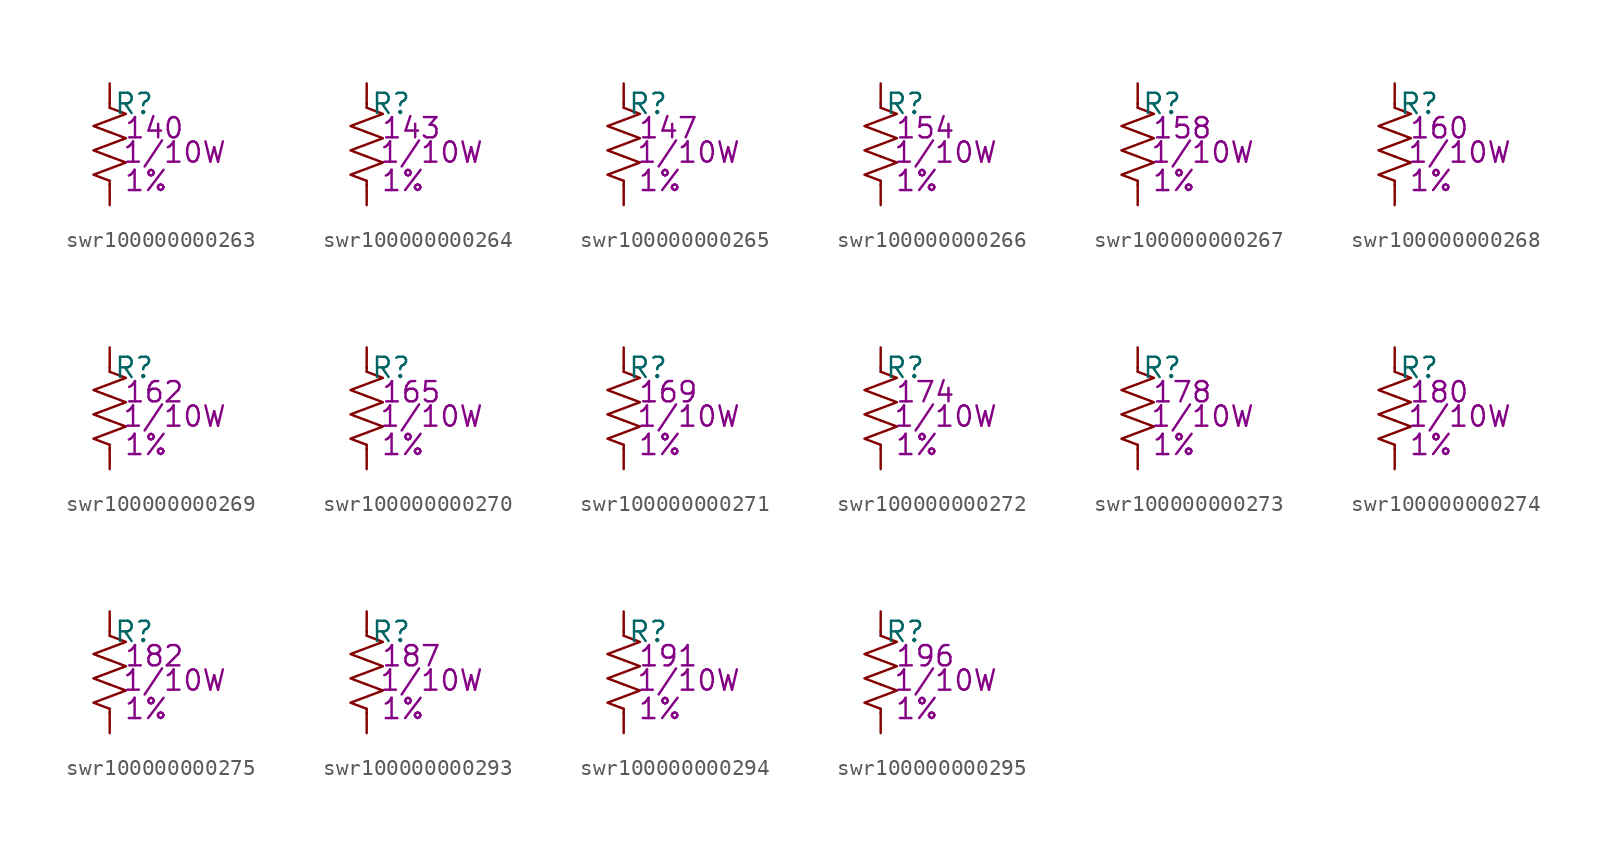
<source format=kicad_sym>
(kicad_symbol_lib
  (version 20211014)
  (generator kicad_symbol_editor)
  (symbol "swr100000000263"
    (pin_numbers hide)
    (pin_names
      (offset 1.016))
    (property "Reference" "R"
      (at 1.524 2.54 0)
      (effects (font (size 1.27 1.27))))
    (property "Tolerance" "1%"
      (at 2.286 -2.286 0)
      (effects (font (size 1.27 1.27))))
    (property "Wattage" "1/10W"
      (at 4.064 -0.508 0)
      (effects (font (size 1.27 1.27))))
    (property "PartValue" "140"
      (at 2.794 1.016 0)
      (effects (font (size 1.27 1.27))))
    (symbol "swr100000000263_1_1"
      (polyline (pts (xy 0 -2.286) (xy 0 -2.54)) (stroke (width 0) (type default) (color 0 0 0 0)) (fill (type none)))
      (polyline (pts (xy 0 2.286) (xy 0 2.54)) (stroke (width 0) (type default) (color 0 0 0 0)) (fill (type none)))
      (polyline (pts (xy 0 -0.762) (xy 1.016 -1.143) (xy 0 -1.524) (xy -1.016 -1.905) (xy 0 -2.286)) (stroke (width 0) (type default) (color 0 0 0 0)) (fill (type none)))
      (polyline (pts (xy 0 0.762) (xy 1.016 0.381) (xy 0 0) (xy -1.016 -0.381) (xy 0 -0.762)) (stroke (width 0) (type default) (color 0 0 0 0)) (fill (type none)))
      (polyline (pts (xy 0 2.286) (xy 1.016 1.905) (xy 0 1.524) (xy -1.016 1.143) (xy 0 0.762)) (stroke (width 0) (type default) (color 0 0 0 0)) (fill (type none)))
      (pin passive line (at 0 3.81 270) (length 1.27) (name "~" (effects (font (size 1.27 1.27)))) (number "1" (effects (font (size 1.27 1.27)))))
      (pin passive line (at 0 -3.81 90) (length 1.27) (name "~" (effects (font (size 1.27 1.27)))) (number "2" (effects (font (size 1.27 1.27)))))))
  (symbol "swr100000000264"
    (pin_numbers hide)
    (pin_names
      (offset 1.016))
    (property "Reference" "R"
      (at 1.524 2.54 0)
      (effects (font (size 1.27 1.27))))
    (property "Tolerance" "1%"
      (at 2.286 -2.286 0)
      (effects (font (size 1.27 1.27))))
    (property "Wattage" "1/10W"
      (at 4.064 -0.508 0)
      (effects (font (size 1.27 1.27))))
    (property "PartValue" "143"
      (at 2.794 1.016 0)
      (effects (font (size 1.27 1.27))))
    (symbol "swr100000000264_1_1"
      (polyline (pts (xy 0 -2.286) (xy 0 -2.54)) (stroke (width 0) (type default) (color 0 0 0 0)) (fill (type none)))
      (polyline (pts (xy 0 2.286) (xy 0 2.54)) (stroke (width 0) (type default) (color 0 0 0 0)) (fill (type none)))
      (polyline (pts (xy 0 -0.762) (xy 1.016 -1.143) (xy 0 -1.524) (xy -1.016 -1.905) (xy 0 -2.286)) (stroke (width 0) (type default) (color 0 0 0 0)) (fill (type none)))
      (polyline (pts (xy 0 0.762) (xy 1.016 0.381) (xy 0 0) (xy -1.016 -0.381) (xy 0 -0.762)) (stroke (width 0) (type default) (color 0 0 0 0)) (fill (type none)))
      (polyline (pts (xy 0 2.286) (xy 1.016 1.905) (xy 0 1.524) (xy -1.016 1.143) (xy 0 0.762)) (stroke (width 0) (type default) (color 0 0 0 0)) (fill (type none)))
      (pin passive line (at 0 3.81 270) (length 1.27) (name "~" (effects (font (size 1.27 1.27)))) (number "1" (effects (font (size 1.27 1.27)))))
      (pin passive line (at 0 -3.81 90) (length 1.27) (name "~" (effects (font (size 1.27 1.27)))) (number "2" (effects (font (size 1.27 1.27)))))))
  (symbol "swr100000000265"
    (pin_numbers hide)
    (pin_names
      (offset 1.016))
    (property "Reference" "R"
      (at 1.524 2.54 0)
      (effects (font (size 1.27 1.27))))
    (property "Tolerance" "1%"
      (at 2.286 -2.286 0)
      (effects (font (size 1.27 1.27))))
    (property "Wattage" "1/10W"
      (at 4.064 -0.508 0)
      (effects (font (size 1.27 1.27))))
    (property "PartValue" "147"
      (at 2.794 1.016 0)
      (effects (font (size 1.27 1.27))))
    (symbol "swr100000000265_1_1"
      (polyline (pts (xy 0 -2.286) (xy 0 -2.54)) (stroke (width 0) (type default) (color 0 0 0 0)) (fill (type none)))
      (polyline (pts (xy 0 2.286) (xy 0 2.54)) (stroke (width 0) (type default) (color 0 0 0 0)) (fill (type none)))
      (polyline (pts (xy 0 -0.762) (xy 1.016 -1.143) (xy 0 -1.524) (xy -1.016 -1.905) (xy 0 -2.286)) (stroke (width 0) (type default) (color 0 0 0 0)) (fill (type none)))
      (polyline (pts (xy 0 0.762) (xy 1.016 0.381) (xy 0 0) (xy -1.016 -0.381) (xy 0 -0.762)) (stroke (width 0) (type default) (color 0 0 0 0)) (fill (type none)))
      (polyline (pts (xy 0 2.286) (xy 1.016 1.905) (xy 0 1.524) (xy -1.016 1.143) (xy 0 0.762)) (stroke (width 0) (type default) (color 0 0 0 0)) (fill (type none)))
      (pin passive line (at 0 3.81 270) (length 1.27) (name "~" (effects (font (size 1.27 1.27)))) (number "1" (effects (font (size 1.27 1.27)))))
      (pin passive line (at 0 -3.81 90) (length 1.27) (name "~" (effects (font (size 1.27 1.27)))) (number "2" (effects (font (size 1.27 1.27)))))))
  (symbol "swr100000000266"
    (pin_numbers hide)
    (pin_names
      (offset 1.016))
    (property "Reference" "R"
      (at 1.524 2.54 0)
      (effects (font (size 1.27 1.27))))
    (property "Tolerance" "1%"
      (at 2.286 -2.286 0)
      (effects (font (size 1.27 1.27))))
    (property "Wattage" "1/10W"
      (at 4.064 -0.508 0)
      (effects (font (size 1.27 1.27))))
    (property "PartValue" "154"
      (at 2.794 1.016 0)
      (effects (font (size 1.27 1.27))))
    (symbol "swr100000000266_1_1"
      (polyline (pts (xy 0 -2.286) (xy 0 -2.54)) (stroke (width 0) (type default) (color 0 0 0 0)) (fill (type none)))
      (polyline (pts (xy 0 2.286) (xy 0 2.54)) (stroke (width 0) (type default) (color 0 0 0 0)) (fill (type none)))
      (polyline (pts (xy 0 -0.762) (xy 1.016 -1.143) (xy 0 -1.524) (xy -1.016 -1.905) (xy 0 -2.286)) (stroke (width 0) (type default) (color 0 0 0 0)) (fill (type none)))
      (polyline (pts (xy 0 0.762) (xy 1.016 0.381) (xy 0 0) (xy -1.016 -0.381) (xy 0 -0.762)) (stroke (width 0) (type default) (color 0 0 0 0)) (fill (type none)))
      (polyline (pts (xy 0 2.286) (xy 1.016 1.905) (xy 0 1.524) (xy -1.016 1.143) (xy 0 0.762)) (stroke (width 0) (type default) (color 0 0 0 0)) (fill (type none)))
      (pin passive line (at 0 3.81 270) (length 1.27) (name "~" (effects (font (size 1.27 1.27)))) (number "1" (effects (font (size 1.27 1.27)))))
      (pin passive line (at 0 -3.81 90) (length 1.27) (name "~" (effects (font (size 1.27 1.27)))) (number "2" (effects (font (size 1.27 1.27)))))))
  (symbol "swr100000000267"
    (pin_numbers hide)
    (pin_names
      (offset 1.016))
    (property "Reference" "R"
      (at 1.524 2.54 0)
      (effects (font (size 1.27 1.27))))
    (property "Tolerance" "1%"
      (at 2.286 -2.286 0)
      (effects (font (size 1.27 1.27))))
    (property "Wattage" "1/10W"
      (at 4.064 -0.508 0)
      (effects (font (size 1.27 1.27))))
    (property "PartValue" "158"
      (at 2.794 1.016 0)
      (effects (font (size 1.27 1.27))))
    (symbol "swr100000000267_1_1"
      (polyline (pts (xy 0 -2.286) (xy 0 -2.54)) (stroke (width 0) (type default) (color 0 0 0 0)) (fill (type none)))
      (polyline (pts (xy 0 2.286) (xy 0 2.54)) (stroke (width 0) (type default) (color 0 0 0 0)) (fill (type none)))
      (polyline (pts (xy 0 -0.762) (xy 1.016 -1.143) (xy 0 -1.524) (xy -1.016 -1.905) (xy 0 -2.286)) (stroke (width 0) (type default) (color 0 0 0 0)) (fill (type none)))
      (polyline (pts (xy 0 0.762) (xy 1.016 0.381) (xy 0 0) (xy -1.016 -0.381) (xy 0 -0.762)) (stroke (width 0) (type default) (color 0 0 0 0)) (fill (type none)))
      (polyline (pts (xy 0 2.286) (xy 1.016 1.905) (xy 0 1.524) (xy -1.016 1.143) (xy 0 0.762)) (stroke (width 0) (type default) (color 0 0 0 0)) (fill (type none)))
      (pin passive line (at 0 3.81 270) (length 1.27) (name "~" (effects (font (size 1.27 1.27)))) (number "1" (effects (font (size 1.27 1.27)))))
      (pin passive line (at 0 -3.81 90) (length 1.27) (name "~" (effects (font (size 1.27 1.27)))) (number "2" (effects (font (size 1.27 1.27)))))))
  (symbol "swr100000000268"
    (pin_numbers hide)
    (pin_names
      (offset 1.016))
    (property "Reference" "R"
      (at 1.524 2.54 0)
      (effects (font (size 1.27 1.27))))
    (property "Tolerance" "1%"
      (at 2.286 -2.286 0)
      (effects (font (size 1.27 1.27))))
    (property "Wattage" "1/10W"
      (at 4.064 -0.508 0)
      (effects (font (size 1.27 1.27))))
    (property "PartValue" "160"
      (at 2.794 1.016 0)
      (effects (font (size 1.27 1.27))))
    (symbol "swr100000000268_1_1"
      (polyline (pts (xy 0 -2.286) (xy 0 -2.54)) (stroke (width 0) (type default) (color 0 0 0 0)) (fill (type none)))
      (polyline (pts (xy 0 2.286) (xy 0 2.54)) (stroke (width 0) (type default) (color 0 0 0 0)) (fill (type none)))
      (polyline (pts (xy 0 -0.762) (xy 1.016 -1.143) (xy 0 -1.524) (xy -1.016 -1.905) (xy 0 -2.286)) (stroke (width 0) (type default) (color 0 0 0 0)) (fill (type none)))
      (polyline (pts (xy 0 0.762) (xy 1.016 0.381) (xy 0 0) (xy -1.016 -0.381) (xy 0 -0.762)) (stroke (width 0) (type default) (color 0 0 0 0)) (fill (type none)))
      (polyline (pts (xy 0 2.286) (xy 1.016 1.905) (xy 0 1.524) (xy -1.016 1.143) (xy 0 0.762)) (stroke (width 0) (type default) (color 0 0 0 0)) (fill (type none)))
      (pin passive line (at 0 3.81 270) (length 1.27) (name "~" (effects (font (size 1.27 1.27)))) (number "1" (effects (font (size 1.27 1.27)))))
      (pin passive line (at 0 -3.81 90) (length 1.27) (name "~" (effects (font (size 1.27 1.27)))) (number "2" (effects (font (size 1.27 1.27)))))))
  (symbol "swr100000000269"
    (pin_numbers hide)
    (pin_names
      (offset 1.016))
    (property "Reference" "R"
      (at 1.524 2.54 0)
      (effects (font (size 1.27 1.27))))
    (property "Tolerance" "1%"
      (at 2.286 -2.286 0)
      (effects (font (size 1.27 1.27))))
    (property "Wattage" "1/10W"
      (at 4.064 -0.508 0)
      (effects (font (size 1.27 1.27))))
    (property "PartValue" "162"
      (at 2.794 1.016 0)
      (effects (font (size 1.27 1.27))))
    (symbol "swr100000000269_1_1"
      (polyline (pts (xy 0 -2.286) (xy 0 -2.54)) (stroke (width 0) (type default) (color 0 0 0 0)) (fill (type none)))
      (polyline (pts (xy 0 2.286) (xy 0 2.54)) (stroke (width 0) (type default) (color 0 0 0 0)) (fill (type none)))
      (polyline (pts (xy 0 -0.762) (xy 1.016 -1.143) (xy 0 -1.524) (xy -1.016 -1.905) (xy 0 -2.286)) (stroke (width 0) (type default) (color 0 0 0 0)) (fill (type none)))
      (polyline (pts (xy 0 0.762) (xy 1.016 0.381) (xy 0 0) (xy -1.016 -0.381) (xy 0 -0.762)) (stroke (width 0) (type default) (color 0 0 0 0)) (fill (type none)))
      (polyline (pts (xy 0 2.286) (xy 1.016 1.905) (xy 0 1.524) (xy -1.016 1.143) (xy 0 0.762)) (stroke (width 0) (type default) (color 0 0 0 0)) (fill (type none)))
      (pin passive line (at 0 3.81 270) (length 1.27) (name "~" (effects (font (size 1.27 1.27)))) (number "1" (effects (font (size 1.27 1.27)))))
      (pin passive line (at 0 -3.81 90) (length 1.27) (name "~" (effects (font (size 1.27 1.27)))) (number "2" (effects (font (size 1.27 1.27)))))))
  (symbol "swr100000000270"
    (pin_numbers hide)
    (pin_names
      (offset 1.016))
    (property "Reference" "R"
      (at 1.524 2.54 0)
      (effects (font (size 1.27 1.27))))
    (property "Tolerance" "1%"
      (at 2.286 -2.286 0)
      (effects (font (size 1.27 1.27))))
    (property "Wattage" "1/10W"
      (at 4.064 -0.508 0)
      (effects (font (size 1.27 1.27))))
    (property "PartValue" "165"
      (at 2.794 1.016 0)
      (effects (font (size 1.27 1.27))))
    (symbol "swr100000000270_1_1"
      (polyline (pts (xy 0 -2.286) (xy 0 -2.54)) (stroke (width 0) (type default) (color 0 0 0 0)) (fill (type none)))
      (polyline (pts (xy 0 2.286) (xy 0 2.54)) (stroke (width 0) (type default) (color 0 0 0 0)) (fill (type none)))
      (polyline (pts (xy 0 -0.762) (xy 1.016 -1.143) (xy 0 -1.524) (xy -1.016 -1.905) (xy 0 -2.286)) (stroke (width 0) (type default) (color 0 0 0 0)) (fill (type none)))
      (polyline (pts (xy 0 0.762) (xy 1.016 0.381) (xy 0 0) (xy -1.016 -0.381) (xy 0 -0.762)) (stroke (width 0) (type default) (color 0 0 0 0)) (fill (type none)))
      (polyline (pts (xy 0 2.286) (xy 1.016 1.905) (xy 0 1.524) (xy -1.016 1.143) (xy 0 0.762)) (stroke (width 0) (type default) (color 0 0 0 0)) (fill (type none)))
      (pin passive line (at 0 3.81 270) (length 1.27) (name "~" (effects (font (size 1.27 1.27)))) (number "1" (effects (font (size 1.27 1.27)))))
      (pin passive line (at 0 -3.81 90) (length 1.27) (name "~" (effects (font (size 1.27 1.27)))) (number "2" (effects (font (size 1.27 1.27)))))))
  (symbol "swr100000000271"
    (pin_numbers hide)
    (pin_names
      (offset 1.016))
    (property "Reference" "R"
      (at 1.524 2.54 0)
      (effects (font (size 1.27 1.27))))
    (property "Tolerance" "1%"
      (at 2.286 -2.286 0)
      (effects (font (size 1.27 1.27))))
    (property "Wattage" "1/10W"
      (at 4.064 -0.508 0)
      (effects (font (size 1.27 1.27))))
    (property "PartValue" "169"
      (at 2.794 1.016 0)
      (effects (font (size 1.27 1.27))))
    (symbol "swr100000000271_1_1"
      (polyline (pts (xy 0 -2.286) (xy 0 -2.54)) (stroke (width 0) (type default) (color 0 0 0 0)) (fill (type none)))
      (polyline (pts (xy 0 2.286) (xy 0 2.54)) (stroke (width 0) (type default) (color 0 0 0 0)) (fill (type none)))
      (polyline (pts (xy 0 -0.762) (xy 1.016 -1.143) (xy 0 -1.524) (xy -1.016 -1.905) (xy 0 -2.286)) (stroke (width 0) (type default) (color 0 0 0 0)) (fill (type none)))
      (polyline (pts (xy 0 0.762) (xy 1.016 0.381) (xy 0 0) (xy -1.016 -0.381) (xy 0 -0.762)) (stroke (width 0) (type default) (color 0 0 0 0)) (fill (type none)))
      (polyline (pts (xy 0 2.286) (xy 1.016 1.905) (xy 0 1.524) (xy -1.016 1.143) (xy 0 0.762)) (stroke (width 0) (type default) (color 0 0 0 0)) (fill (type none)))
      (pin passive line (at 0 3.81 270) (length 1.27) (name "~" (effects (font (size 1.27 1.27)))) (number "1" (effects (font (size 1.27 1.27)))))
      (pin passive line (at 0 -3.81 90) (length 1.27) (name "~" (effects (font (size 1.27 1.27)))) (number "2" (effects (font (size 1.27 1.27)))))))
  (symbol "swr100000000272"
    (pin_numbers hide)
    (pin_names
      (offset 1.016))
    (property "Reference" "R"
      (at 1.524 2.54 0)
      (effects (font (size 1.27 1.27))))
    (property "Tolerance" "1%"
      (at 2.286 -2.286 0)
      (effects (font (size 1.27 1.27))))
    (property "Wattage" "1/10W"
      (at 4.064 -0.508 0)
      (effects (font (size 1.27 1.27))))
    (property "PartValue" "174"
      (at 2.794 1.016 0)
      (effects (font (size 1.27 1.27))))
    (symbol "swr100000000272_1_1"
      (polyline (pts (xy 0 -2.286) (xy 0 -2.54)) (stroke (width 0) (type default) (color 0 0 0 0)) (fill (type none)))
      (polyline (pts (xy 0 2.286) (xy 0 2.54)) (stroke (width 0) (type default) (color 0 0 0 0)) (fill (type none)))
      (polyline (pts (xy 0 -0.762) (xy 1.016 -1.143) (xy 0 -1.524) (xy -1.016 -1.905) (xy 0 -2.286)) (stroke (width 0) (type default) (color 0 0 0 0)) (fill (type none)))
      (polyline (pts (xy 0 0.762) (xy 1.016 0.381) (xy 0 0) (xy -1.016 -0.381) (xy 0 -0.762)) (stroke (width 0) (type default) (color 0 0 0 0)) (fill (type none)))
      (polyline (pts (xy 0 2.286) (xy 1.016 1.905) (xy 0 1.524) (xy -1.016 1.143) (xy 0 0.762)) (stroke (width 0) (type default) (color 0 0 0 0)) (fill (type none)))
      (pin passive line (at 0 3.81 270) (length 1.27) (name "~" (effects (font (size 1.27 1.27)))) (number "1" (effects (font (size 1.27 1.27)))))
      (pin passive line (at 0 -3.81 90) (length 1.27) (name "~" (effects (font (size 1.27 1.27)))) (number "2" (effects (font (size 1.27 1.27)))))))
  (symbol "swr100000000273"
    (pin_numbers hide)
    (pin_names
      (offset 1.016))
    (property "Reference" "R"
      (at 1.524 2.54 0)
      (effects (font (size 1.27 1.27))))
    (property "Tolerance" "1%"
      (at 2.286 -2.286 0)
      (effects (font (size 1.27 1.27))))
    (property "Wattage" "1/10W"
      (at 4.064 -0.508 0)
      (effects (font (size 1.27 1.27))))
    (property "PartValue" "178"
      (at 2.794 1.016 0)
      (effects (font (size 1.27 1.27))))
    (symbol "swr100000000273_1_1"
      (polyline (pts (xy 0 -2.286) (xy 0 -2.54)) (stroke (width 0) (type default) (color 0 0 0 0)) (fill (type none)))
      (polyline (pts (xy 0 2.286) (xy 0 2.54)) (stroke (width 0) (type default) (color 0 0 0 0)) (fill (type none)))
      (polyline (pts (xy 0 -0.762) (xy 1.016 -1.143) (xy 0 -1.524) (xy -1.016 -1.905) (xy 0 -2.286)) (stroke (width 0) (type default) (color 0 0 0 0)) (fill (type none)))
      (polyline (pts (xy 0 0.762) (xy 1.016 0.381) (xy 0 0) (xy -1.016 -0.381) (xy 0 -0.762)) (stroke (width 0) (type default) (color 0 0 0 0)) (fill (type none)))
      (polyline (pts (xy 0 2.286) (xy 1.016 1.905) (xy 0 1.524) (xy -1.016 1.143) (xy 0 0.762)) (stroke (width 0) (type default) (color 0 0 0 0)) (fill (type none)))
      (pin passive line (at 0 3.81 270) (length 1.27) (name "~" (effects (font (size 1.27 1.27)))) (number "1" (effects (font (size 1.27 1.27)))))
      (pin passive line (at 0 -3.81 90) (length 1.27) (name "~" (effects (font (size 1.27 1.27)))) (number "2" (effects (font (size 1.27 1.27)))))))
  (symbol "swr100000000274"
    (pin_numbers hide)
    (pin_names
      (offset 1.016))
    (property "Reference" "R"
      (at 1.524 2.54 0)
      (effects (font (size 1.27 1.27))))
    (property "Tolerance" "1%"
      (at 2.286 -2.286 0)
      (effects (font (size 1.27 1.27))))
    (property "Wattage" "1/10W"
      (at 4.064 -0.508 0)
      (effects (font (size 1.27 1.27))))
    (property "PartValue" "180"
      (at 2.794 1.016 0)
      (effects (font (size 1.27 1.27))))
    (symbol "swr100000000274_1_1"
      (polyline (pts (xy 0 -2.286) (xy 0 -2.54)) (stroke (width 0) (type default) (color 0 0 0 0)) (fill (type none)))
      (polyline (pts (xy 0 2.286) (xy 0 2.54)) (stroke (width 0) (type default) (color 0 0 0 0)) (fill (type none)))
      (polyline (pts (xy 0 -0.762) (xy 1.016 -1.143) (xy 0 -1.524) (xy -1.016 -1.905) (xy 0 -2.286)) (stroke (width 0) (type default) (color 0 0 0 0)) (fill (type none)))
      (polyline (pts (xy 0 0.762) (xy 1.016 0.381) (xy 0 0) (xy -1.016 -0.381) (xy 0 -0.762)) (stroke (width 0) (type default) (color 0 0 0 0)) (fill (type none)))
      (polyline (pts (xy 0 2.286) (xy 1.016 1.905) (xy 0 1.524) (xy -1.016 1.143) (xy 0 0.762)) (stroke (width 0) (type default) (color 0 0 0 0)) (fill (type none)))
      (pin passive line (at 0 3.81 270) (length 1.27) (name "~" (effects (font (size 1.27 1.27)))) (number "1" (effects (font (size 1.27 1.27)))))
      (pin passive line (at 0 -3.81 90) (length 1.27) (name "~" (effects (font (size 1.27 1.27)))) (number "2" (effects (font (size 1.27 1.27)))))))
  (symbol "swr100000000275"
    (pin_numbers hide)
    (pin_names
      (offset 1.016))
    (property "Reference" "R"
      (at 1.524 2.54 0)
      (effects (font (size 1.27 1.27))))
    (property "Tolerance" "1%"
      (at 2.286 -2.286 0)
      (effects (font (size 1.27 1.27))))
    (property "Wattage" "1/10W"
      (at 4.064 -0.508 0)
      (effects (font (size 1.27 1.27))))
    (property "PartValue" "182"
      (at 2.794 1.016 0)
      (effects (font (size 1.27 1.27))))
    (symbol "swr100000000275_1_1"
      (polyline (pts (xy 0 -2.286) (xy 0 -2.54)) (stroke (width 0) (type default) (color 0 0 0 0)) (fill (type none)))
      (polyline (pts (xy 0 2.286) (xy 0 2.54)) (stroke (width 0) (type default) (color 0 0 0 0)) (fill (type none)))
      (polyline (pts (xy 0 -0.762) (xy 1.016 -1.143) (xy 0 -1.524) (xy -1.016 -1.905) (xy 0 -2.286)) (stroke (width 0) (type default) (color 0 0 0 0)) (fill (type none)))
      (polyline (pts (xy 0 0.762) (xy 1.016 0.381) (xy 0 0) (xy -1.016 -0.381) (xy 0 -0.762)) (stroke (width 0) (type default) (color 0 0 0 0)) (fill (type none)))
      (polyline (pts (xy 0 2.286) (xy 1.016 1.905) (xy 0 1.524) (xy -1.016 1.143) (xy 0 0.762)) (stroke (width 0) (type default) (color 0 0 0 0)) (fill (type none)))
      (pin passive line (at 0 3.81 270) (length 1.27) (name "~" (effects (font (size 1.27 1.27)))) (number "1" (effects (font (size 1.27 1.27)))))
      (pin passive line (at 0 -3.81 90) (length 1.27) (name "~" (effects (font (size 1.27 1.27)))) (number "2" (effects (font (size 1.27 1.27)))))))
  (symbol "swr100000000293"
    (pin_numbers hide)
    (pin_names
      (offset 1.016))
    (property "Reference" "R"
      (at 1.524 2.54 0)
      (effects (font (size 1.27 1.27))))
    (property "Tolerance" "1%"
      (at 2.286 -2.286 0)
      (effects (font (size 1.27 1.27))))
    (property "Wattage" "1/10W"
      (at 4.064 -0.508 0)
      (effects (font (size 1.27 1.27))))
    (property "PartValue" "187"
      (at 2.794 1.016 0)
      (effects (font (size 1.27 1.27))))
    (symbol "swr100000000293_1_1"
      (polyline (pts (xy 0 -2.286) (xy 0 -2.54)) (stroke (width 0) (type default) (color 0 0 0 0)) (fill (type none)))
      (polyline (pts (xy 0 2.286) (xy 0 2.54)) (stroke (width 0) (type default) (color 0 0 0 0)) (fill (type none)))
      (polyline (pts (xy 0 -0.762) (xy 1.016 -1.143) (xy 0 -1.524) (xy -1.016 -1.905) (xy 0 -2.286)) (stroke (width 0) (type default) (color 0 0 0 0)) (fill (type none)))
      (polyline (pts (xy 0 0.762) (xy 1.016 0.381) (xy 0 0) (xy -1.016 -0.381) (xy 0 -0.762)) (stroke (width 0) (type default) (color 0 0 0 0)) (fill (type none)))
      (polyline (pts (xy 0 2.286) (xy 1.016 1.905) (xy 0 1.524) (xy -1.016 1.143) (xy 0 0.762)) (stroke (width 0) (type default) (color 0 0 0 0)) (fill (type none)))
      (pin passive line (at 0 3.81 270) (length 1.27) (name "~" (effects (font (size 1.27 1.27)))) (number "1" (effects (font (size 1.27 1.27)))))
      (pin passive line (at 0 -3.81 90) (length 1.27) (name "~" (effects (font (size 1.27 1.27)))) (number "2" (effects (font (size 1.27 1.27)))))))
  (symbol "swr100000000294"
    (pin_numbers hide)
    (pin_names
      (offset 1.016))
    (property "Reference" "R"
      (at 1.524 2.54 0)
      (effects (font (size 1.27 1.27))))
    (property "Tolerance" "1%"
      (at 2.286 -2.286 0)
      (effects (font (size 1.27 1.27))))
    (property "Wattage" "1/10W"
      (at 4.064 -0.508 0)
      (effects (font (size 1.27 1.27))))
    (property "PartValue" "191"
      (at 2.794 1.016 0)
      (effects (font (size 1.27 1.27))))
    (symbol "swr100000000294_1_1"
      (polyline (pts (xy 0 -2.286) (xy 0 -2.54)) (stroke (width 0) (type default) (color 0 0 0 0)) (fill (type none)))
      (polyline (pts (xy 0 2.286) (xy 0 2.54)) (stroke (width 0) (type default) (color 0 0 0 0)) (fill (type none)))
      (polyline (pts (xy 0 -0.762) (xy 1.016 -1.143) (xy 0 -1.524) (xy -1.016 -1.905) (xy 0 -2.286)) (stroke (width 0) (type default) (color 0 0 0 0)) (fill (type none)))
      (polyline (pts (xy 0 0.762) (xy 1.016 0.381) (xy 0 0) (xy -1.016 -0.381) (xy 0 -0.762)) (stroke (width 0) (type default) (color 0 0 0 0)) (fill (type none)))
      (polyline (pts (xy 0 2.286) (xy 1.016 1.905) (xy 0 1.524) (xy -1.016 1.143) (xy 0 0.762)) (stroke (width 0) (type default) (color 0 0 0 0)) (fill (type none)))
      (pin passive line (at 0 3.81 270) (length 1.27) (name "~" (effects (font (size 1.27 1.27)))) (number "1" (effects (font (size 1.27 1.27)))))
      (pin passive line (at 0 -3.81 90) (length 1.27) (name "~" (effects (font (size 1.27 1.27)))) (number "2" (effects (font (size 1.27 1.27)))))))
  (symbol "swr100000000295"
    (pin_numbers hide)
    (pin_names
      (offset 1.016))
    (property "Reference" "R"
      (at 1.524 2.54 0)
      (effects (font (size 1.27 1.27))))
    (property "Tolerance" "1%"
      (at 2.286 -2.286 0)
      (effects (font (size 1.27 1.27))))
    (property "Wattage" "1/10W"
      (at 4.064 -0.508 0)
      (effects (font (size 1.27 1.27))))
    (property "PartValue" "196"
      (at 2.794 1.016 0)
      (effects (font (size 1.27 1.27))))
    (symbol "swr100000000295_1_1"
      (polyline (pts (xy 0 -2.286) (xy 0 -2.54)) (stroke (width 0) (type default) (color 0 0 0 0)) (fill (type none)))
      (polyline (pts (xy 0 2.286) (xy 0 2.54)) (stroke (width 0) (type default) (color 0 0 0 0)) (fill (type none)))
      (polyline (pts (xy 0 -0.762) (xy 1.016 -1.143) (xy 0 -1.524) (xy -1.016 -1.905) (xy 0 -2.286)) (stroke (width 0) (type default) (color 0 0 0 0)) (fill (type none)))
      (polyline (pts (xy 0 0.762) (xy 1.016 0.381) (xy 0 0) (xy -1.016 -0.381) (xy 0 -0.762)) (stroke (width 0) (type default) (color 0 0 0 0)) (fill (type none)))
      (polyline (pts (xy 0 2.286) (xy 1.016 1.905) (xy 0 1.524) (xy -1.016 1.143) (xy 0 0.762)) (stroke (width 0) (type default) (color 0 0 0 0)) (fill (type none)))
      (pin passive line (at 0 3.81 270) (length 1.27) (name "~" (effects (font (size 1.27 1.27)))) (number "1" (effects (font (size 1.27 1.27)))))
      (pin passive line (at 0 -3.81 90) (length 1.27) (name "~" (effects (font (size 1.27 1.27)))) (number "2" (effects (font (size 1.27 1.27))))))))
</source>
